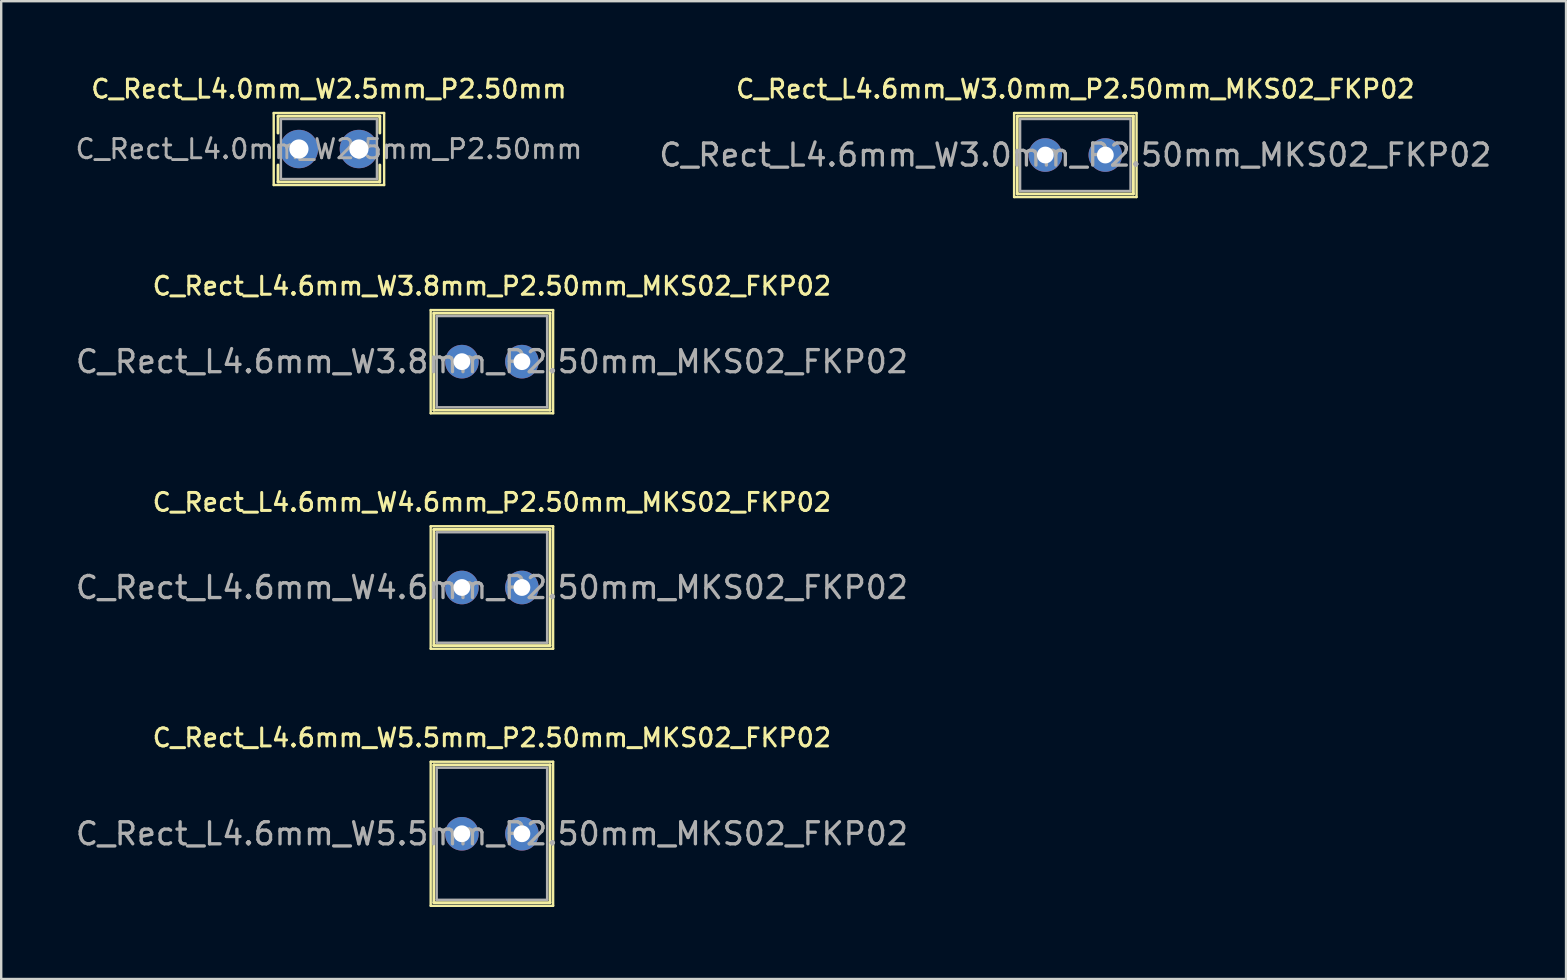
<source format=kicad_pcb>
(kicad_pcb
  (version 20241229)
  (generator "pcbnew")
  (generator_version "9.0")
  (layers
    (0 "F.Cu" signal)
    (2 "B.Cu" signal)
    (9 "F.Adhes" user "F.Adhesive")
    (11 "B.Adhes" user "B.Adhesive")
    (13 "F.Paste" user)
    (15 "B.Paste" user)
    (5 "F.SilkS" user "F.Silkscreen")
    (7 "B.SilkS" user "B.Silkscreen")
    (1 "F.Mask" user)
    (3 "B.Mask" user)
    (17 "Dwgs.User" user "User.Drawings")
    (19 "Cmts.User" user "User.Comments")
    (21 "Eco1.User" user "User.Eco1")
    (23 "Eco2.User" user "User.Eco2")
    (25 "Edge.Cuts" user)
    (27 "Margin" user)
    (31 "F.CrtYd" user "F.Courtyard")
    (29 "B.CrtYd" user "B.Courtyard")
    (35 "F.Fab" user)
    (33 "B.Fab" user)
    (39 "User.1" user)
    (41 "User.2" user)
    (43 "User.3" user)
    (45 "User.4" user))
  (footprint "C_Rect_L4.6mm_W5.5mm_P2.50mm_MKS02_FKP02"
    (layer "F.Cu")
    (at 16.192 31.683)
    (property "Reference" "C_Rect_L4.6mm_W5.5mm_P2.50mm_MKS02_FKP02" (at 1.25 -4 0) (layer "F.SilkS") (effects (font (size 0.75 0.75) (thickness 0.125))))
    (attr through_hole)
    (fp_line (start -1.3 -3) (end -1.3 3) (stroke (width 0.1) (type solid)) (layer "F.SilkS"))
    (fp_line (start -1.3 3) (end 3.8 3) (stroke (width 0.1) (type solid)) (layer "F.SilkS"))
    (fp_line (start -1.17 -2.87) (end -1.17 2.87) (stroke (width 0.12) (type solid)) (layer "F.SilkS"))
    (fp_line (start -1.17 -2.87) (end 3.67 -2.87) (stroke (width 0.12) (type solid)) (layer "F.SilkS"))
    (fp_line (start -1.17 2.87) (end 3.67 2.87) (stroke (width 0.12) (type solid)) (layer "F.SilkS"))
    (fp_line (start 3.67 -2.87) (end 3.67 2.87) (stroke (width 0.12) (type solid)) (layer "F.SilkS"))
    (fp_line (start 3.8 -3) (end -1.3 -3) (stroke (width 0.1) (type solid)) (layer "F.SilkS"))
    (fp_line (start 3.8 3) (end 3.8 -3) (stroke (width 0.1) (type solid)) (layer "F.SilkS"))
    (fp_line (start -1.05 -2.75) (end -1.05 2.75) (stroke (width 0.1) (type solid)) (layer "F.Fab"))
    (fp_line (start -1.05 2.75) (end 3.55 2.75) (stroke (width 0.1) (type solid)) (layer "F.Fab"))
    (fp_line (start 3.55 -2.75) (end -1.05 -2.75) (stroke (width 0.1) (type solid)) (layer "F.Fab"))
    (fp_line (start 3.55 2.75) (end 3.55 -2.75) (stroke (width 0.1) (type solid)) (layer "F.Fab"))
    (fp_text user "${REFERENCE}" (at 1.25 0 0) (layer "F.Fab") (effects (font (size 0.92 0.92) (thickness 0.138))))
    (pad "1" thru_hole circle (at 0 0) (size 1.4 1.4) (drill 0.7) (layers "*.Cu" "*.Mask"))
    (pad "2" thru_hole circle (at 2.5 0) (size 1.4 1.4) (drill 0.7) (layers "*.Cu" "*.Mask")))
  (footprint "C_Rect_L4.6mm_W3.0mm_P2.50mm_MKS02_FKP02"
    (layer "F.Cu")
    (at 40.496 3.408)
    (property "Reference" "C_Rect_L4.6mm_W3.0mm_P2.50mm_MKS02_FKP02" (at 1.25 -2.75 0) (layer "F.SilkS") (effects (font (size 0.75 0.75) (thickness 0.125))))
    (attr through_hole)
    (fp_line (start -1.3 -1.75) (end -1.3 1.75) (stroke (width 0.1) (type solid)) (layer "F.SilkS"))
    (fp_line (start -1.3 1.75) (end 3.8 1.75) (stroke (width 0.1) (type solid)) (layer "F.SilkS"))
    (fp_line (start -1.17 -1.62) (end -1.17 1.62) (stroke (width 0.12) (type solid)) (layer "F.SilkS"))
    (fp_line (start -1.17 -1.62) (end 3.67 -1.62) (stroke (width 0.12) (type solid)) (layer "F.SilkS"))
    (fp_line (start -1.17 1.62) (end 3.67 1.62) (stroke (width 0.12) (type solid)) (layer "F.SilkS"))
    (fp_line (start 3.67 -1.62) (end 3.67 1.62) (stroke (width 0.12) (type solid)) (layer "F.SilkS"))
    (fp_line (start 3.8 -1.75) (end -1.3 -1.75) (stroke (width 0.1) (type solid)) (layer "F.SilkS"))
    (fp_line (start 3.8 1.75) (end 3.8 -1.75) (stroke (width 0.1) (type solid)) (layer "F.SilkS"))
    (fp_line (start -1.05 -1.5) (end -1.05 1.5) (stroke (width 0.1) (type solid)) (layer "F.Fab"))
    (fp_line (start -1.05 1.5) (end 3.55 1.5) (stroke (width 0.1) (type solid)) (layer "F.Fab"))
    (fp_line (start 3.55 -1.5) (end -1.05 -1.5) (stroke (width 0.1) (type solid)) (layer "F.Fab"))
    (fp_line (start 3.55 1.5) (end 3.55 -1.5) (stroke (width 0.1) (type solid)) (layer "F.Fab"))
    (fp_text user "${REFERENCE}" (at 1.25 0 0) (layer "F.Fab") (effects (font (size 0.92 0.92) (thickness 0.138))))
    (pad "1" thru_hole circle (at 0 0) (size 1.4 1.4) (drill 0.7) (layers "*.Cu" "*.Mask"))
    (pad "2" thru_hole circle (at 2.5 0) (size 1.4 1.4) (drill 0.7) (layers "*.Cu" "*.Mask")))
  (footprint "C_Rect_L4.6mm_W3.8mm_P2.50mm_MKS02_FKP02"
    (layer "F.Cu")
    (at 16.192 12.016)
    (property "Reference" "C_Rect_L4.6mm_W3.8mm_P2.50mm_MKS02_FKP02" (at 1.25 -3.15 0) (layer "F.SilkS") (effects (font (size 0.75 0.75) (thickness 0.125))))
    (attr through_hole)
    (fp_line (start -1.3 -2.15) (end -1.3 2.15) (stroke (width 0.1) (type solid)) (layer "F.SilkS"))
    (fp_line (start -1.3 2.15) (end 3.8 2.15) (stroke (width 0.1) (type solid)) (layer "F.SilkS"))
    (fp_line (start -1.17 -2.02) (end -1.17 2.02) (stroke (width 0.12) (type solid)) (layer "F.SilkS"))
    (fp_line (start -1.17 -2.02) (end 3.67 -2.02) (stroke (width 0.12) (type solid)) (layer "F.SilkS"))
    (fp_line (start -1.17 2.02) (end 3.67 2.02) (stroke (width 0.12) (type solid)) (layer "F.SilkS"))
    (fp_line (start 3.67 -2.02) (end 3.67 2.02) (stroke (width 0.12) (type solid)) (layer "F.SilkS"))
    (fp_line (start 3.8 -2.15) (end -1.3 -2.15) (stroke (width 0.1) (type solid)) (layer "F.SilkS"))
    (fp_line (start 3.8 2.15) (end 3.8 -2.15) (stroke (width 0.1) (type solid)) (layer "F.SilkS"))
    (fp_line (start -1.05 -1.9) (end -1.05 1.9) (stroke (width 0.1) (type solid)) (layer "F.Fab"))
    (fp_line (start -1.05 1.9) (end 3.55 1.9) (stroke (width 0.1) (type solid)) (layer "F.Fab"))
    (fp_line (start 3.55 -1.9) (end -1.05 -1.9) (stroke (width 0.1) (type solid)) (layer "F.Fab"))
    (fp_line (start 3.55 1.9) (end 3.55 -1.9) (stroke (width 0.1) (type solid)) (layer "F.Fab"))
    (fp_text user "${REFERENCE}" (at 1.25 0 0) (layer "F.Fab") (effects (font (size 0.92 0.92) (thickness 0.138))))
    (pad "1" thru_hole circle (at 0 0) (size 1.4 1.4) (drill 0.7) (layers "*.Cu" "*.Mask"))
    (pad "2" thru_hole circle (at 2.5 0) (size 1.4 1.4) (drill 0.7) (layers "*.Cu" "*.Mask")))
  (footprint "C_Rect_L4.6mm_W4.6mm_P2.50mm_MKS02_FKP02"
    (layer "F.Cu")
    (at 16.192 21.424)
    (property "Reference" "C_Rect_L4.6mm_W4.6mm_P2.50mm_MKS02_FKP02" (at 1.25 -3.55 0) (layer "F.SilkS") (effects (font (size 0.75 0.75) (thickness 0.125))))
    (attr through_hole)
    (fp_line (start -1.3 -2.55) (end -1.3 2.55) (stroke (width 0.1) (type solid)) (layer "F.SilkS"))
    (fp_line (start -1.3 2.55) (end 3.8 2.55) (stroke (width 0.1) (type solid)) (layer "F.SilkS"))
    (fp_line (start -1.17 -2.42) (end -1.17 2.42) (stroke (width 0.12) (type solid)) (layer "F.SilkS"))
    (fp_line (start -1.17 -2.42) (end 3.67 -2.42) (stroke (width 0.12) (type solid)) (layer "F.SilkS"))
    (fp_line (start -1.17 2.42) (end 3.67 2.42) (stroke (width 0.12) (type solid)) (layer "F.SilkS"))
    (fp_line (start 3.67 -2.42) (end 3.67 2.42) (stroke (width 0.12) (type solid)) (layer "F.SilkS"))
    (fp_line (start 3.8 -2.55) (end -1.3 -2.55) (stroke (width 0.1) (type solid)) (layer "F.SilkS"))
    (fp_line (start 3.8 2.55) (end 3.8 -2.55) (stroke (width 0.1) (type solid)) (layer "F.SilkS"))
    (fp_line (start -1.05 -2.3) (end -1.05 2.3) (stroke (width 0.1) (type solid)) (layer "F.Fab"))
    (fp_line (start -1.05 2.3) (end 3.55 2.3) (stroke (width 0.1) (type solid)) (layer "F.Fab"))
    (fp_line (start 3.55 -2.3) (end -1.05 -2.3) (stroke (width 0.1) (type solid)) (layer "F.Fab"))
    (fp_line (start 3.55 2.3) (end 3.55 -2.3) (stroke (width 0.1) (type solid)) (layer "F.Fab"))
    (fp_text user "${REFERENCE}" (at 1.25 0 0) (layer "F.Fab") (effects (font (size 0.92 0.92) (thickness 0.138))))
    (pad "1" thru_hole circle (at 0 0) (size 1.4 1.4) (drill 0.7) (layers "*.Cu" "*.Mask"))
    (pad "2" thru_hole circle (at 2.5 0) (size 1.4 1.4) (drill 0.7) (layers "*.Cu" "*.Mask")))
  (footprint "C_Rect_L4.0mm_W2.5mm_P2.50mm"
    (layer "F.Cu")
    (at 9.402 3.158)
    (property "Reference" "C_Rect_L4.0mm_W2.5mm_P2.50mm" (at 1.25 -2.5 0) (layer "F.SilkS") (effects (font (size 0.75 0.75) (thickness 0.125))))
    (attr through_hole)
    (fp_line (start -1.05 -1.5) (end -1.05 1.5) (stroke (width 0.1) (type solid)) (layer "F.SilkS"))
    (fp_line (start -1.05 1.5) (end 3.55 1.5) (stroke (width 0.1) (type solid)) (layer "F.SilkS"))
    (fp_line (start -0.87 -1.37) (end -0.87 -0.665) (stroke (width 0.12) (type solid)) (layer "F.SilkS"))
    (fp_line (start -0.87 -1.37) (end 3.37 -1.37) (stroke (width 0.12) (type solid)) (layer "F.SilkS"))
    (fp_line (start -0.87 0.665) (end -0.87 1.37) (stroke (width 0.12) (type solid)) (layer "F.SilkS"))
    (fp_line (start -0.87 1.37) (end 3.37 1.37) (stroke (width 0.12) (type solid)) (layer "F.SilkS"))
    (fp_line (start 3.37 -1.37) (end 3.37 -0.665) (stroke (width 0.12) (type solid)) (layer "F.SilkS"))
    (fp_line (start 3.37 0.665) (end 3.37 1.37) (stroke (width 0.12) (type solid)) (layer "F.SilkS"))
    (fp_line (start 3.55 -1.5) (end -1.05 -1.5) (stroke (width 0.1) (type solid)) (layer "F.SilkS"))
    (fp_line (start 3.55 1.5) (end 3.55 -1.5) (stroke (width 0.1) (type solid)) (layer "F.SilkS"))
    (fp_line (start -0.75 -1.25) (end -0.75 1.25) (stroke (width 0.1) (type solid)) (layer "F.Fab"))
    (fp_line (start -0.75 1.25) (end 3.25 1.25) (stroke (width 0.1) (type solid)) (layer "F.Fab"))
    (fp_line (start 3.25 -1.25) (end -0.75 -1.25) (stroke (width 0.1) (type solid)) (layer "F.Fab"))
    (fp_line (start 3.25 1.25) (end 3.25 -1.25) (stroke (width 0.1) (type solid)) (layer "F.Fab"))
    (fp_text user "${REFERENCE}" (at 1.25 0 0) (layer "F.Fab") (effects (font (size 0.8 0.8) (thickness 0.12))))
    (pad "1" thru_hole circle (at 0 0) (size 1.6 1.6) (drill 0.8) (layers "*.Cu" "*.Mask"))
    (pad "2" thru_hole circle (at 2.5 0) (size 1.6 1.6) (drill 0.8) (layers "*.Cu" "*.Mask")))
  (gr_rect
    (start -3 -3)
    (end 62.188 37.733)
    (stroke (width 0.1) (type default))
    (fill no)
    (layer "Edge.Cuts")))
</source>
